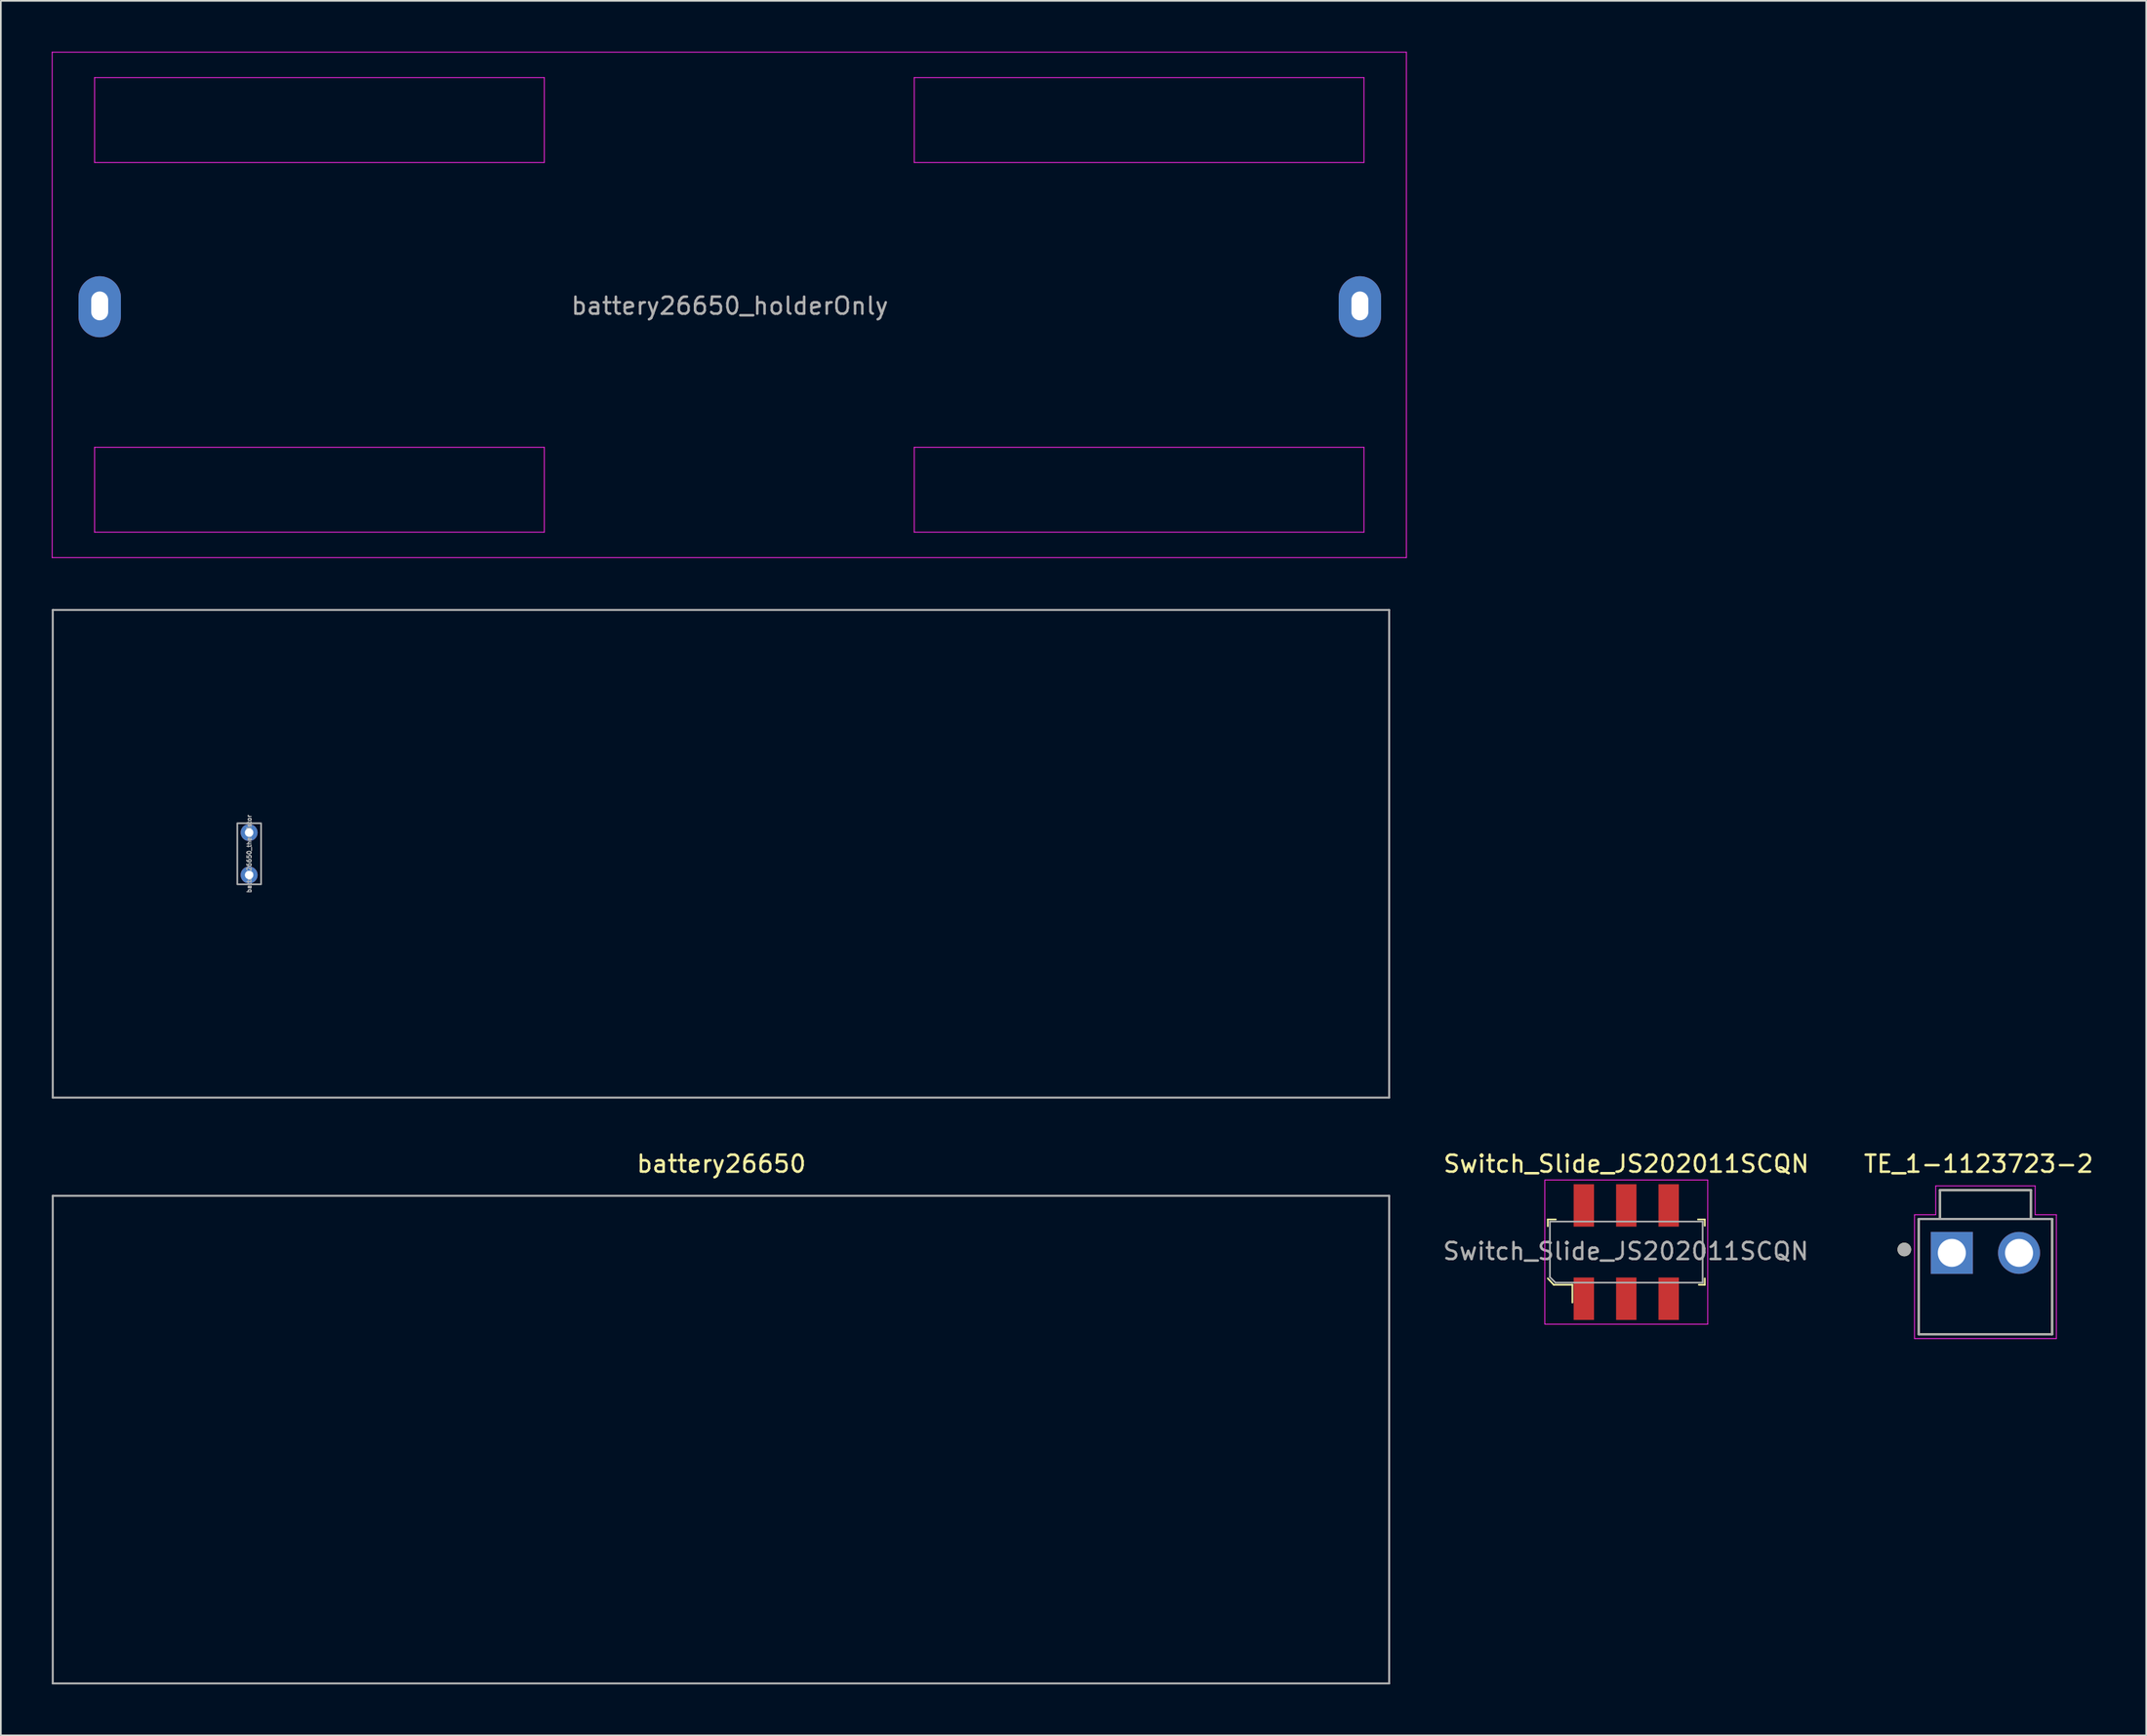
<source format=kicad_pcb>
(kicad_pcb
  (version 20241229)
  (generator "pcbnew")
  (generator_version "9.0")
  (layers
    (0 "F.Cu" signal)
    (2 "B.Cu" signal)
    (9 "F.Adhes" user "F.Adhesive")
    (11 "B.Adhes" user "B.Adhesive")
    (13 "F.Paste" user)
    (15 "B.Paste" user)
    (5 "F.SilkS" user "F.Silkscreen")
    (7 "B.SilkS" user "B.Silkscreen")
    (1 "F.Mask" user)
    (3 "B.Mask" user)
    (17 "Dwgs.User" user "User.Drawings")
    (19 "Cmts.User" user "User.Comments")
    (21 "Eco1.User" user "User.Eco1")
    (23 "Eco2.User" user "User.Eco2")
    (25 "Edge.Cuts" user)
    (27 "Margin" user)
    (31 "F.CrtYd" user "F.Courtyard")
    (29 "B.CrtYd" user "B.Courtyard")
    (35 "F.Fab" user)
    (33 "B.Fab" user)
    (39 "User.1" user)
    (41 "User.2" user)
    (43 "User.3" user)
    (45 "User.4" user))
  (footprint "battery26650"
    (layer "F.Cu")
    (at 39.435 81.824)
    (property "Reference" "battery26650" (at 0.025 -16.256 0) (layer "F.SilkS") (effects (font (size 1 1) (thickness 0.15))))
    (attr exclude_from_pos_files)
    (fp_line (start -39.375 -14.375) (end 39.375 -14.375) (stroke (width 0.12) (type solid)) (layer "F.Fab"))
    (fp_line (start -39.375 14.375) (end -39.375 -14.375) (stroke (width 0.12) (type solid)) (layer "F.Fab"))
    (fp_line (start -39.375 14.375) (end 39.375 14.375) (stroke (width 0.12) (type solid)) (layer "F.Fab"))
    (fp_line (start 39.375 14.375) (end 39.375 -14.375) (stroke (width 0.12) (type solid)) (layer "F.Fab")))
  (footprint "battery26650_holderOnly"
    (layer "F.Cu")
    (at 39.955 14.985)
    (property "Reference" "battery26650_holderOnly" (at 0 0 0) (layer "F.Fab") (effects (font (size 1 1) (thickness 0.15))))
    (attr through_hole)
    (fp_line (start -39.93 -14.96) (end 39.87 -14.96) (stroke (width 0.05) (type solid)) (layer "F.CrtYd"))
    (fp_line (start -39.93 14.84) (end -39.93 -14.96) (stroke (width 0.05) (type solid)) (layer "F.CrtYd"))
    (fp_line (start -37.43 -13.46) (end -37.43 -8.457) (stroke (width 0.05) (type solid)) (layer "F.CrtYd"))
    (fp_line (start -37.43 -13.46) (end -10.93 -13.46) (stroke (width 0.05) (type solid)) (layer "F.CrtYd"))
    (fp_line (start -37.43 -8.457) (end -10.93 -8.457) (stroke (width 0.05) (type solid)) (layer "F.CrtYd"))
    (fp_line (start -37.43 8.337) (end -37.43 13.34) (stroke (width 0.05) (type solid)) (layer "F.CrtYd"))
    (fp_line (start -37.43 8.337) (end -10.93 8.337) (stroke (width 0.05) (type solid)) (layer "F.CrtYd"))
    (fp_line (start -10.93 -13.46) (end -10.93 -8.457) (stroke (width 0.05) (type solid)) (layer "F.CrtYd"))
    (fp_line (start -10.93 8.337) (end -10.93 13.34) (stroke (width 0.05) (type solid)) (layer "F.CrtYd"))
    (fp_line (start -10.93 13.34) (end -37.43 13.34) (stroke (width 0.05) (type solid)) (layer "F.CrtYd"))
    (fp_line (start 10.87 -13.46) (end 37.37 -13.46) (stroke (width 0.05) (type solid)) (layer "F.CrtYd"))
    (fp_line (start 10.87 -8.457) (end 10.87 -13.46) (stroke (width 0.05) (type solid)) (layer "F.CrtYd"))
    (fp_line (start 10.87 -8.457) (end 37.37 -8.457) (stroke (width 0.05) (type solid)) (layer "F.CrtYd"))
    (fp_line (start 10.87 8.337) (end 37.37 8.337) (stroke (width 0.05) (type solid)) (layer "F.CrtYd"))
    (fp_line (start 10.87 13.34) (end 10.87 8.337) (stroke (width 0.05) (type solid)) (layer "F.CrtYd"))
    (fp_line (start 37.37 -13.46) (end 37.37 -8.457) (stroke (width 0.05) (type solid)) (layer "F.CrtYd"))
    (fp_line (start 37.37 8.337) (end 37.37 13.34) (stroke (width 0.05) (type solid)) (layer "F.CrtYd"))
    (fp_line (start 37.37 13.34) (end 10.87 13.34) (stroke (width 0.05) (type solid)) (layer "F.CrtYd"))
    (fp_line (start 39.87 -14.96) (end 39.87 14.84) (stroke (width 0.05) (type solid)) (layer "F.CrtYd"))
    (fp_line (start 39.87 14.84) (end -39.93 14.84) (stroke (width 0.05) (type solid)) (layer "F.CrtYd"))
    (pad "1" thru_hole oval (at -37.13 0) (size 2.5 3.6) (drill oval 1 1.7 (offset 0 0.05)) (layers "*.Cu" "*.Mask"))
    (pad "2" thru_hole oval (at 37.13 0) (size 2.5 3.6) (drill oval 1 1.7 (offset 0 0.05)) (layers "*.Cu" "*.Mask")))
  (footprint "Switch_Slide_JS202011SCQN"
    (layer "F.Cu")
    (at 92.782 70.768)
    (property "Reference" "Switch_Slide_JS202011SCQN" (at 0 -5.2 180) (layer "F.SilkS") (effects (font (size 1 1) (thickness 0.15))))
    (attr smd)
    (fp_line (start -4.625 -1.925) (end -4.625 -1.525) (stroke (width 0.1) (type solid)) (layer "F.SilkS"))
    (fp_line (start -4.625 1.55) (end -4.275 1.925) (stroke (width 0.1) (type solid)) (layer "F.SilkS"))
    (fp_line (start -4.275 1.925) (end -3.175 1.925) (stroke (width 0.1) (type solid)) (layer "F.SilkS"))
    (fp_line (start -4.15 -1.925) (end -4.625 -1.925) (stroke (width 0.1) (type solid)) (layer "F.SilkS"))
    (fp_line (start -3.175 1.925) (end -3.175 2.975) (stroke (width 0.1) (type solid)) (layer "F.SilkS"))
    (fp_line (start 4.225 -1.925) (end 4.625 -1.925) (stroke (width 0.1) (type solid)) (layer "F.SilkS"))
    (fp_line (start 4.625 -1.925) (end 4.625 -1.55) (stroke (width 0.1) (type solid)) (layer "F.SilkS"))
    (fp_line (start 4.625 1.55) (end 4.625 1.925) (stroke (width 0.1) (type solid)) (layer "F.SilkS"))
    (fp_line (start 4.625 1.925) (end 4.275 1.925) (stroke (width 0.1) (type solid)) (layer "F.SilkS"))
    (fp_line (start -4.8 -4.25) (end -4.8 4.25) (stroke (width 0.05) (type solid)) (layer "F.CrtYd"))
    (fp_line (start -4.8 4.25) (end 4.8 4.25) (stroke (width 0.05) (type solid)) (layer "F.CrtYd"))
    (fp_line (start 4.8 -4.25) (end -4.8 -4.25) (stroke (width 0.05) (type solid)) (layer "F.CrtYd"))
    (fp_line (start 4.8 -4.25) (end 4.8 4.25) (stroke (width 0.05) (type solid)) (layer "F.CrtYd"))
    (fp_line (start -4.5 1.475) (end -4.5 -1.8) (stroke (width 0.1) (type solid)) (layer "F.Fab"))
    (fp_line (start -4.5 1.475) (end -4.175 1.8) (stroke (width 0.1) (type solid)) (layer "F.Fab"))
    (fp_line (start -4.175 1.8) (end 4.5 1.8) (stroke (width 0.1) (type solid)) (layer "F.Fab"))
    (fp_line (start 4.5 -1.8) (end -4.5 -1.8) (stroke (width 0.1) (type solid)) (layer "F.Fab"))
    (fp_line (start 4.5 -1.8) (end 4.5 1.8) (stroke (width 0.1) (type solid)) (layer "F.Fab"))
    (fp_text user "${REFERENCE}" (at -0.025 -0.05 180) (layer "F.Fab") (effects (font (size 1 1) (thickness 0.15))))
    (pad "1" smd rect (at -2.5 2.75) (size 1.2 2.5) (layers "F.Cu" "F.Mask" "F.Paste"))
    (pad "2" smd rect (at 0 2.75) (size 1.2 2.5) (layers "F.Cu" "F.Mask" "F.Paste"))
    (pad "3" smd rect (at 2.5 2.75) (size 1.2 2.5) (layers "F.Cu" "F.Mask" "F.Paste"))
    (pad "4" smd rect (at -2.5 -2.75) (size 1.2 2.5) (layers "F.Cu" "F.Mask" "F.Paste"))
    (pad "5" smd rect (at 0 -2.75) (size 1.2 2.5) (layers "F.Cu" "F.Mask" "F.Paste"))
    (pad "6" smd rect (at 2.5 -2.75) (size 1.2 2.5) (layers "F.Cu" "F.Mask" "F.Paste")))
  (footprint "battery26650_thermistor"
    (layer "F.Cu")
    (at 39.435 47.285)
    (property "Reference" "battery26650_thermistor" (at -27.8 0 90) (layer "F.Fab") (effects (font (size 0.25 0.25) (thickness 0.062))))
    (attr through_hole exclude_from_pos_files)
    (fp_line (start -39.375 -14.375) (end 39.375 -14.375) (stroke (width 0.12) (type solid)) (layer "F.Fab"))
    (fp_line (start -39.375 14.375) (end -39.375 -14.375) (stroke (width 0.12) (type solid)) (layer "F.Fab"))
    (fp_line (start -39.375 14.375) (end 39.375 14.375) (stroke (width 0.12) (type solid)) (layer "F.Fab"))
    (fp_line (start 39.375 14.375) (end 39.375 -14.375) (stroke (width 0.12) (type solid)) (layer "F.Fab"))
    (fp_rect (start -28.5 -1.8) (end -27.1 1.8) (stroke (width 0.1) (type solid)) (fill no) (layer "F.Fab"))
    (pad "1" thru_hole circle (at -27.805 -1.25 180) (size 1 1) (drill 0.5) (layers "*.Cu" "*.Mask"))
    (pad "2" thru_hole circle (at -27.805 1.25 180) (size 1 1) (drill 0.5) (layers "*.Cu" "*.Mask")))
  (footprint "TE_1-1123723-2"
    (layer "F.Cu")
    (at 111.967 70.815)
    (property "Reference" "TE_1-1123723-2" (at 1.578 -5.245 0) (layer "F.SilkS") (effects (font (size 1.002 1.002) (thickness 0.15))))
    (attr through_hole)
    (fp_line (start -1.95 -2) (end -0.7 -2) (stroke (width 0.127) (type solid)) (layer "F.SilkS"))
    (fp_line (start -1.95 4.8) (end -1.95 -2) (stroke (width 0.127) (type solid)) (layer "F.SilkS"))
    (fp_line (start -0.7 -3.7) (end 4.66 -3.7) (stroke (width 0.127) (type solid)) (layer "F.SilkS"))
    (fp_line (start -0.7 -2) (end -0.7 -3.7) (stroke (width 0.127) (type solid)) (layer "F.SilkS"))
    (fp_line (start -0.7 -2) (end 4.66 -2) (stroke (width 0.127) (type solid)) (layer "F.SilkS"))
    (fp_line (start 4.66 -3.7) (end 4.66 -2) (stroke (width 0.127) (type solid)) (layer "F.SilkS"))
    (fp_line (start 4.66 -2) (end 5.91 -2) (stroke (width 0.127) (type solid)) (layer "F.SilkS"))
    (fp_line (start 5.91 -2) (end 5.91 4.8) (stroke (width 0.127) (type solid)) (layer "F.SilkS"))
    (fp_line (start 5.91 4.8) (end -1.95 4.8) (stroke (width 0.127) (type solid)) (layer "F.SilkS"))
    (fp_circle (center -2.8 -0.2) (end -2.6 -0.2) (stroke (width 0.4) (type solid)) (fill no) (layer "F.SilkS"))
    (fp_line (start -2.2 -2.25) (end -0.95 -2.25) (stroke (width 0.05) (type solid)) (layer "F.CrtYd"))
    (fp_line (start -2.2 5.05) (end -2.2 -2.25) (stroke (width 0.05) (type solid)) (layer "F.CrtYd"))
    (fp_line (start -0.95 -3.95) (end 4.91 -3.95) (stroke (width 0.05) (type solid)) (layer "F.CrtYd"))
    (fp_line (start -0.95 -2.25) (end -0.95 -3.95) (stroke (width 0.05) (type solid)) (layer "F.CrtYd"))
    (fp_line (start 4.91 -3.95) (end 4.91 -2.25) (stroke (width 0.05) (type solid)) (layer "F.CrtYd"))
    (fp_line (start 4.91 -2.25) (end 6.16 -2.25) (stroke (width 0.05) (type solid)) (layer "F.CrtYd"))
    (fp_line (start 6.16 -2.25) (end 6.16 5.05) (stroke (width 0.05) (type solid)) (layer "F.CrtYd"))
    (fp_line (start 6.16 5.05) (end -2.2 5.05) (stroke (width 0.05) (type solid)) (layer "F.CrtYd"))
    (fp_line (start -1.95 -2) (end -0.7 -2) (stroke (width 0.127) (type solid)) (layer "F.Fab"))
    (fp_line (start -1.95 4.8) (end -1.95 -2) (stroke (width 0.127) (type solid)) (layer "F.Fab"))
    (fp_line (start -0.7 -3.7) (end 4.66 -3.7) (stroke (width 0.127) (type solid)) (layer "F.Fab"))
    (fp_line (start -0.7 -2) (end -0.7 -3.7) (stroke (width 0.127) (type solid)) (layer "F.Fab"))
    (fp_line (start -0.7 -2) (end 4.66 -2) (stroke (width 0.127) (type solid)) (layer "F.Fab"))
    (fp_line (start 4.66 -3.7) (end 4.66 -2) (stroke (width 0.127) (type solid)) (layer "F.Fab"))
    (fp_line (start 4.66 -2) (end 5.91 -2) (stroke (width 0.127) (type solid)) (layer "F.Fab"))
    (fp_line (start 5.91 -2) (end 5.91 4.8) (stroke (width 0.127) (type solid)) (layer "F.Fab"))
    (fp_line (start 5.91 4.8) (end -1.95 4.8) (stroke (width 0.127) (type solid)) (layer "F.Fab"))
    (fp_circle (center -2.8 -0.2) (end -2.6 -0.2) (stroke (width 0.4) (type solid)) (fill no) (layer "F.Fab"))
    (pad "1" thru_hole rect (at 0 0) (size 2.475 2.475) (drill 1.65) (layers "*.Cu" "*.Mask"))
    (pad "2" thru_hole circle (at 3.96 0) (size 2.475 2.475) (drill 1.65) (layers "*.Cu" "*.Mask")))
  (gr_rect
    (start -3 -3)
    (end 123.421 99.259)
    (stroke (width 0.1) (type default))
    (fill no)
    (layer "Edge.Cuts")))
</source>
